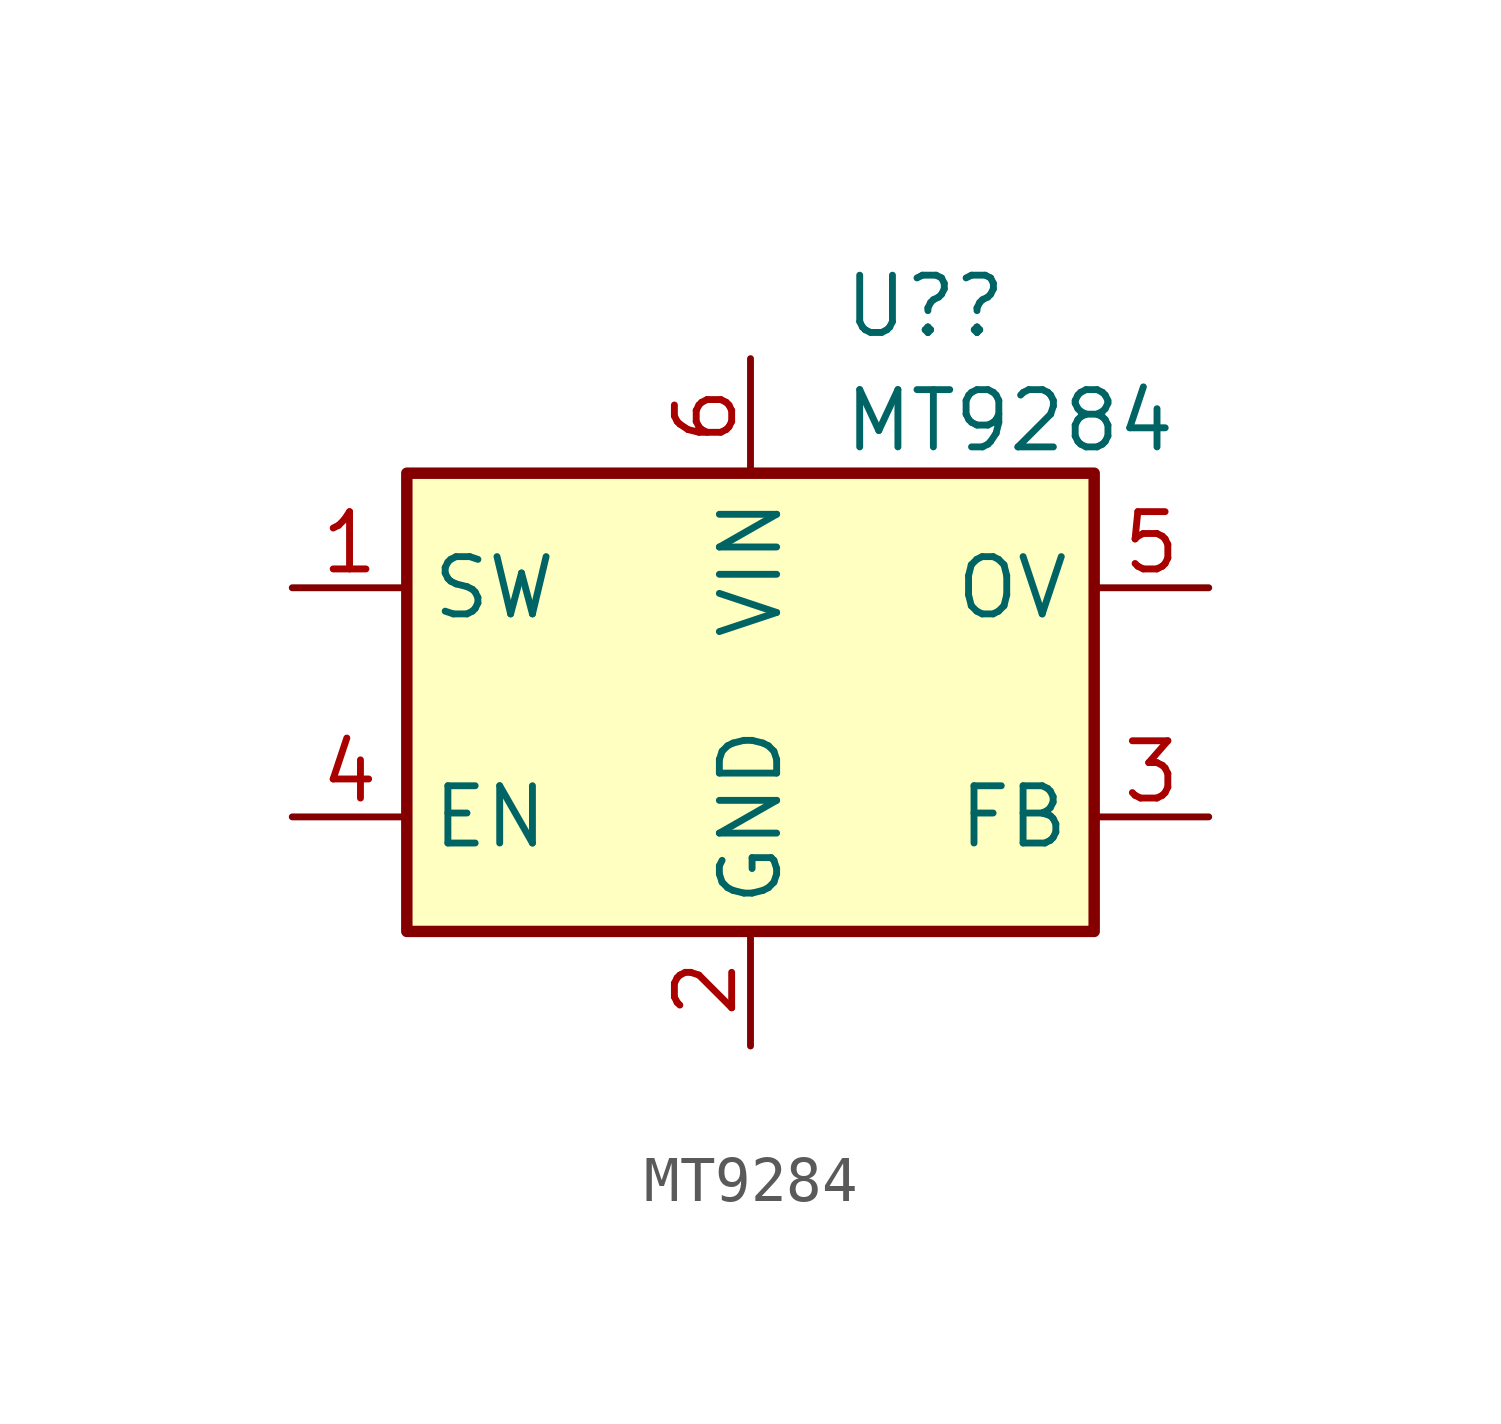
<source format=kicad_sym>
(kicad_symbol_lib
  (version 20211014)
  (generator kicad_symbol_editor)
  (symbol "MT9284"
    (property "Reference" "U?"
      (at 2.019 8.78 0)
      (effects (font (size 1.27 1.27)) (justify left)))
    (property "Value" "MT9284"
      (at 2.019 6.243 0)
      (effects (font (size 1.27 1.27)) (justify left)))
    (symbol "MT9284_0_1"
      (rectangle (start -7.62 5.08) (end 7.62 -5.08) (stroke (width 0.254) (type default) (color 0 0 0 0)) (fill (type background))))
    (symbol "MT9284_1_1"
      (pin power_in line (at -10.16 2.54 0) (length 2.54) (name "SW" (effects (font (size 1.27 1.27)))) (number "1" (effects (font (size 1.27 1.27)))))
      (pin power_in line (at 0 -7.62 90) (length 2.54) (name "GND" (effects (font (size 1.27 1.27)))) (number "2" (effects (font (size 1.27 1.27)))))
      (pin input line (at 10.16 -2.54 180) (length 2.54) (name "FB" (effects (font (size 1.27 1.27)))) (number "3" (effects (font (size 1.27 1.27)))))
      (pin input line (at -10.16 -2.54 0) (length 2.54) (name "EN" (effects (font (size 1.27 1.27)))) (number "4" (effects (font (size 1.27 1.27)))))
      (pin input line (at 10.16 2.54 180) (length 2.54) (name "OV" (effects (font (size 1.27 1.27)))) (number "5" (effects (font (size 1.27 1.27)))))
      (pin power_in line (at 0 7.62 270) (length 2.54) (name "VIN" (effects (font (size 1.27 1.27)))) (number "6" (effects (font (size 1.27 1.27))))))))
</source>
